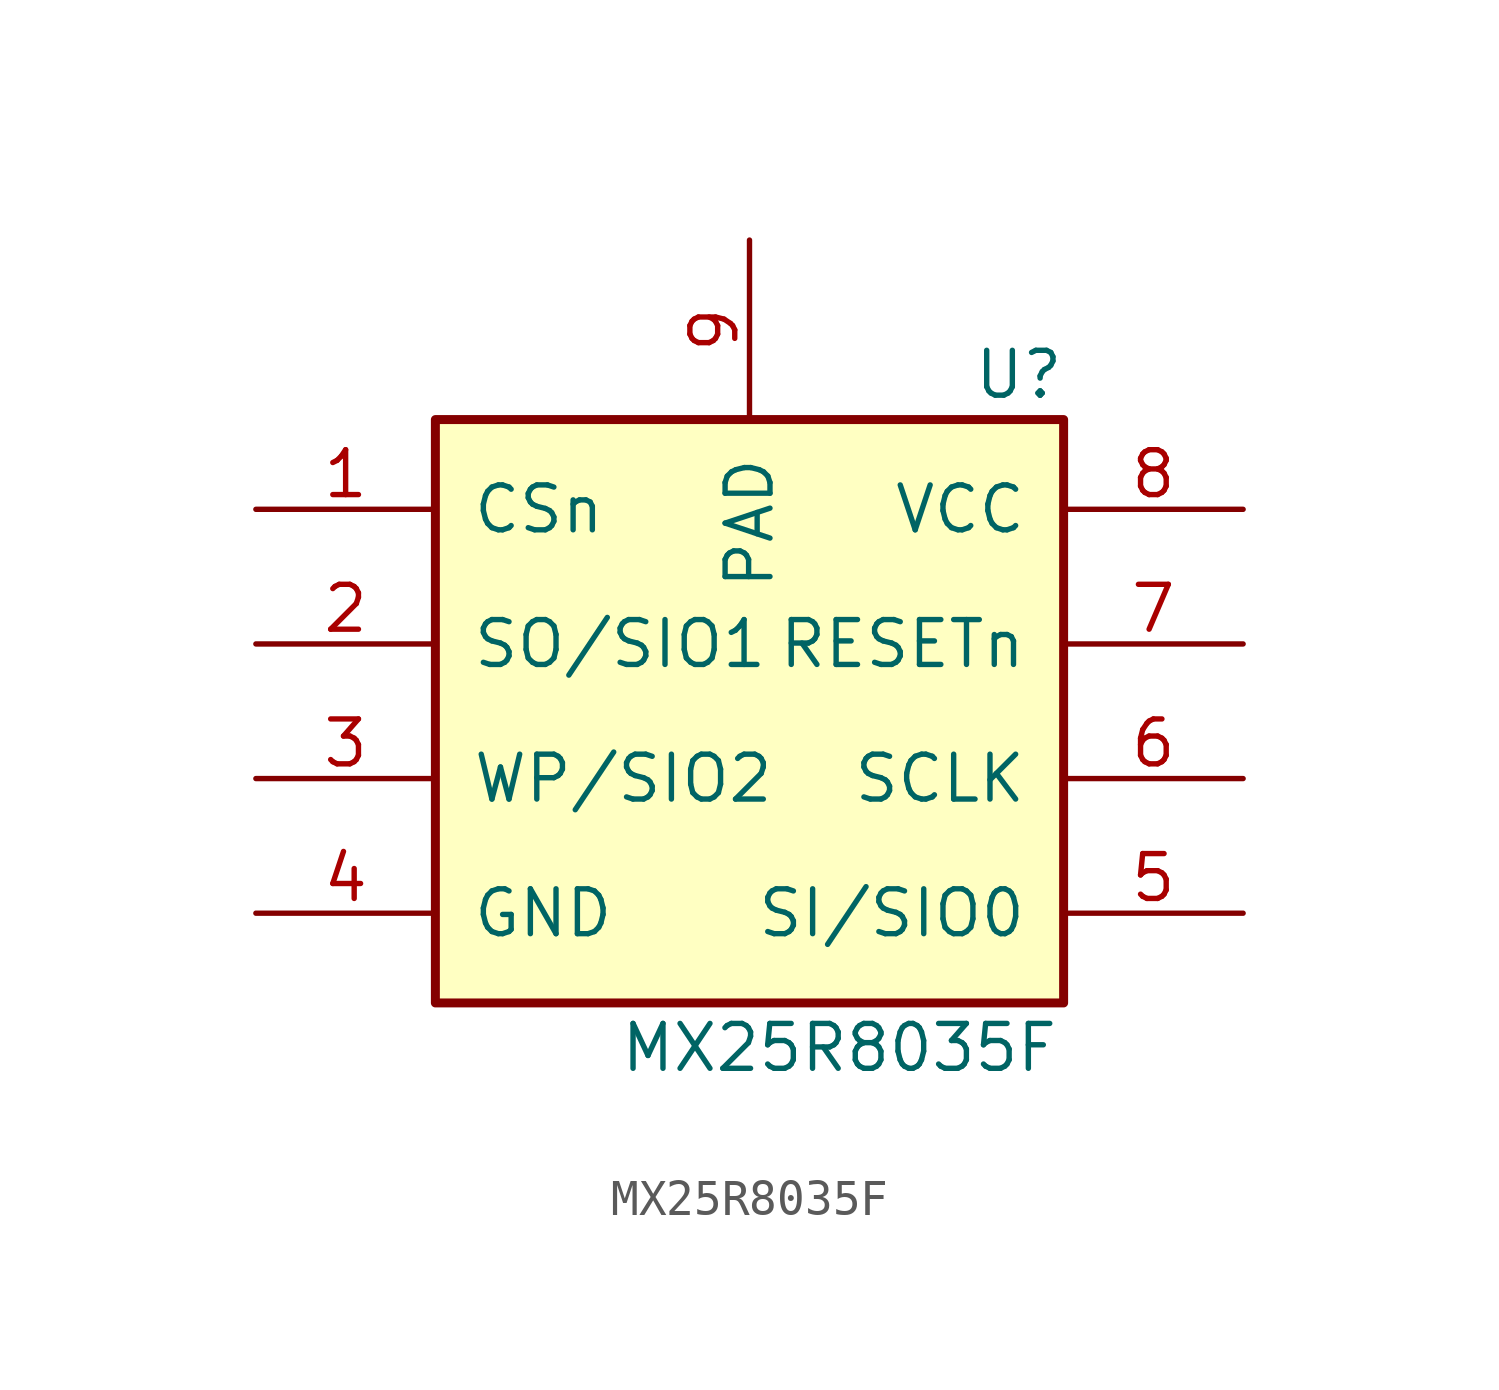
<source format=kicad_sym>
(kicad_symbol_lib
  (version 20211014)
  (generator kicad_symbol_editor)
  (symbol "MX25R8035F"
    (pin_names
      (offset 1.016))
    (property "Reference" "U"
      (at 7.62 8.89 0)
      (effects (font (size 1.27 1.27))))
    (property "Value" "MX25R8035F"
      (at 2.54 -10.16 0)
      (effects (font (size 1.27 1.27))))
    (symbol "MX25R8035F_0_1"
      (rectangle (start -8.89 7.62) (end 8.89 -8.89) (stroke (width 0.254) (type default) (color 0 0 0 0)) (fill (type background))))
    (symbol "MX25R8035F_1_1"
      (pin input line (at -13.97 5.08 0) (length 5.08) (name "CSn" (effects (font (size 1.27 1.27)))) (number "1" (effects (font (size 1.27 1.27)))))
      (pin bidirectional line (at -13.97 1.27 0) (length 5.08) (name "SO/SIO1" (effects (font (size 1.27 1.27)))) (number "2" (effects (font (size 1.27 1.27)))))
      (pin bidirectional line (at -13.97 -2.54 0) (length 5.08) (name "WP/SIO2" (effects (font (size 1.27 1.27)))) (number "3" (effects (font (size 1.27 1.27)))))
      (pin power_in line (at -13.97 -6.35 0) (length 5.08) (name "GND" (effects (font (size 1.27 1.27)))) (number "4" (effects (font (size 1.27 1.27)))))
      (pin bidirectional line (at 13.97 -6.35 180) (length 5.08) (name "SI/SIO0" (effects (font (size 1.27 1.27)))) (number "5" (effects (font (size 1.27 1.27)))))
      (pin input line (at 13.97 -2.54 180) (length 5.08) (name "SCLK" (effects (font (size 1.27 1.27)))) (number "6" (effects (font (size 1.27 1.27)))))
      (pin input line (at 13.97 1.27 180) (length 5.08) (name "RESETn" (effects (font (size 1.27 1.27)))) (number "7" (effects (font (size 1.27 1.27)))))
      (pin power_in line (at 13.97 5.08 180) (length 5.08) (name "VCC" (effects (font (size 1.27 1.27)))) (number "8" (effects (font (size 1.27 1.27)))))
      (pin power_in line (at 0 12.7 270) (length 5.08) (name "PAD" (effects (font (size 1.27 1.27)))) (number "9" (effects (font (size 1.27 1.27))))))))
</source>
